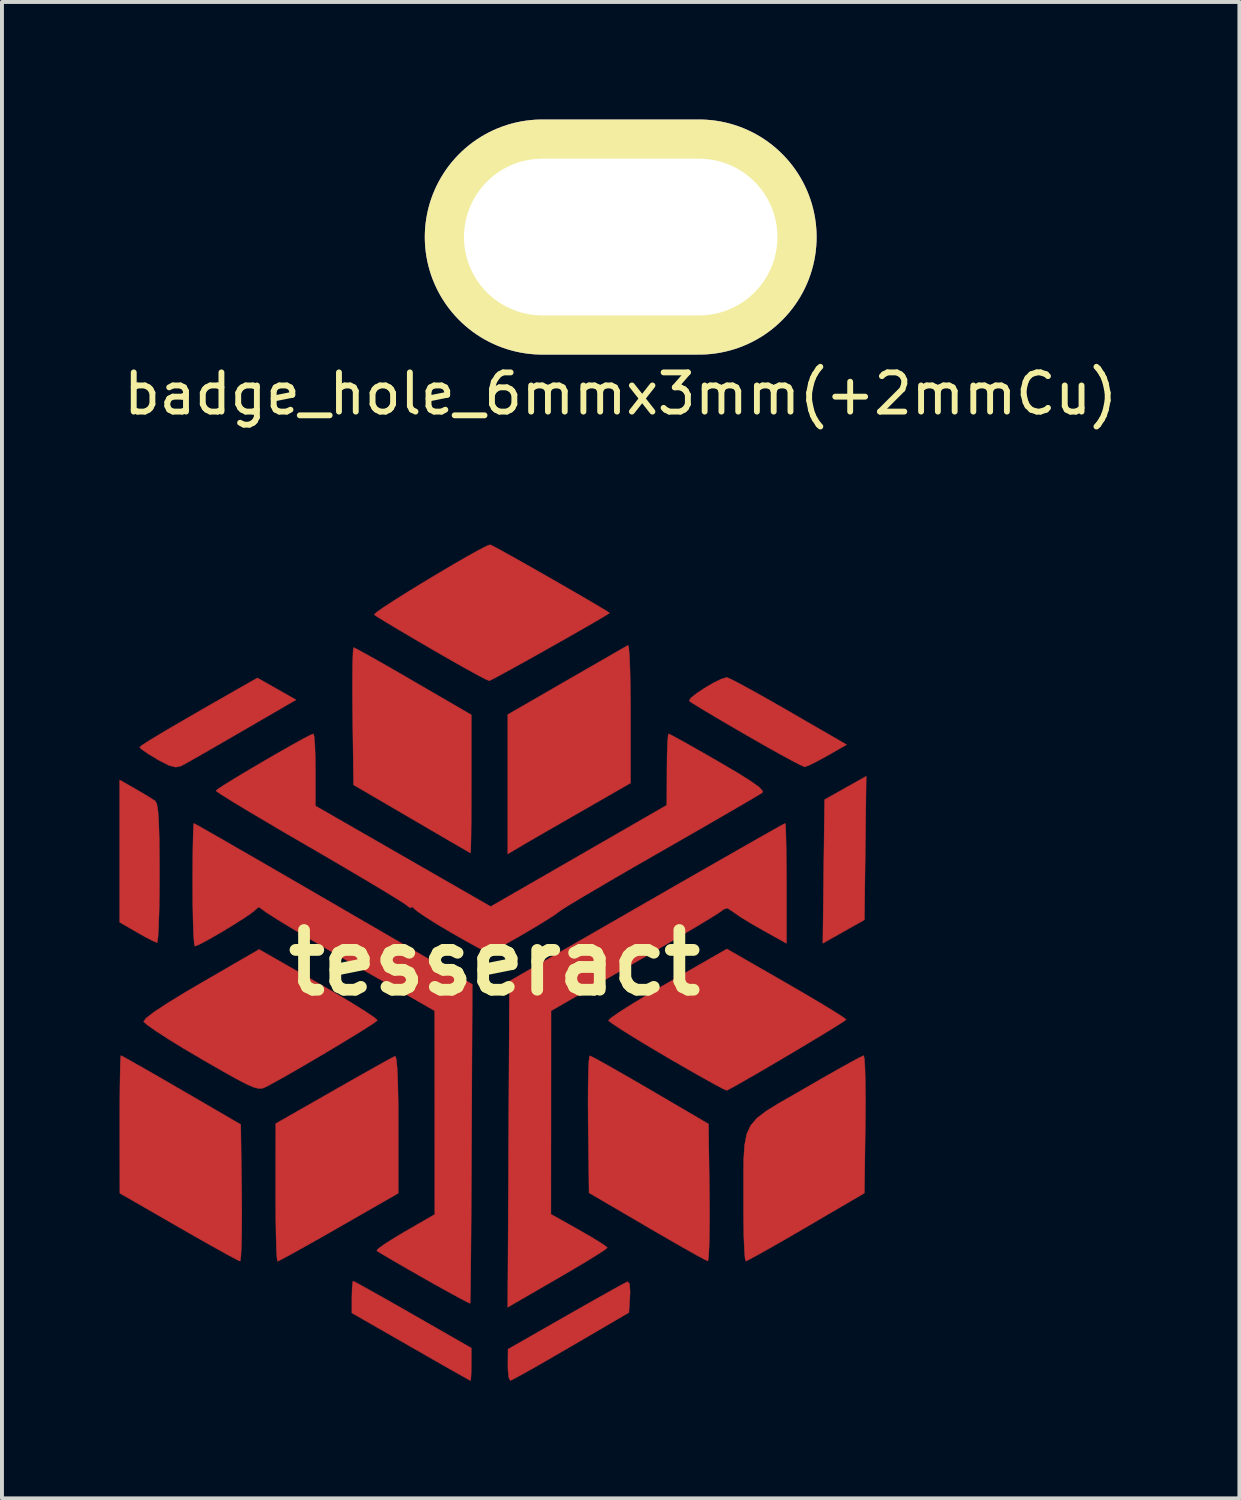
<source format=kicad_pcb>
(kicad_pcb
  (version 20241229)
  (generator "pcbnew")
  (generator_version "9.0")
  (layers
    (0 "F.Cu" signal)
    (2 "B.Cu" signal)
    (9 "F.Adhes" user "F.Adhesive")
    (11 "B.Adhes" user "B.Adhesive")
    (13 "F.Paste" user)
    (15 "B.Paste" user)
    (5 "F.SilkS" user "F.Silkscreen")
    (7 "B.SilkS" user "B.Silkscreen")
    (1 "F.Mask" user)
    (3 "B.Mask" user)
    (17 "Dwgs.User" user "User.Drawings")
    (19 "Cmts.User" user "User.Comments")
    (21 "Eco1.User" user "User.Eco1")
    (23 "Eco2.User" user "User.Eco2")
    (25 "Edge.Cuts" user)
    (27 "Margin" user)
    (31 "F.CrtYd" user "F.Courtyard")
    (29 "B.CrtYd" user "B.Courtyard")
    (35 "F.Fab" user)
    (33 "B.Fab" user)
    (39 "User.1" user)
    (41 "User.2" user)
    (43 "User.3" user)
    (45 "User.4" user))
  (footprint "badge_hole_6mmx3mm(+2mmCu)"
    (layer "F.Cu")
    (at 12.792 3)
    (property "Reference" "badge_hole_6mmx3mm(+2mmCu)" (at 0 4 0) (layer "F.SilkS") (effects (font (size 1 1) (thickness 0.15))))
    (attr through_hole)
    (pad "1" thru_hole oval (at 0 0) (size 10 6) (drill oval 8 4) (layers "*.Cu" "*.Mask" "F.SilkS")))
  (footprint "tesseract"
    (layer "F.Cu")
    (at 9.572 21.521)
    (property "Reference" "tesseract" (at 0 0 0) (layer "F.SilkS") (effects (font (size 1.524 1.524) (thickness 0.3))))
    (attr through_hole)
    (fp_poly (pts (xy 9.463 -2.927) (xy 9.44 -1.094) (xy 8.909 -0.795) (xy 8.379 -0.496) (xy 8.401 -2.329) (xy 8.424 -4.162) (xy 8.955 -4.461) (xy 9.486 -4.759) (xy 9.463 -2.927)) (stroke (width 0.01) (type solid)) (fill yes) (layer "F.Cu"))
    (fp_poly (pts (xy -9.165 -4.434) (xy -8.919 -4.29) (xy -8.726 -4.17) (xy -8.657 -4.124) (xy -8.619 -4.047) (xy -8.59 -3.871) (xy -8.57 -3.58) (xy -8.558 -3.158) (xy -8.552 -2.591) (xy -8.551 -2.276) (xy -8.554 -1.75) (xy -8.562 -1.286) (xy -8.575 -0.911) (xy -8.59 -0.647) (xy -8.609 -0.52) (xy -8.615 -0.513) (xy -8.717 -0.555) (xy -8.917 -0.659) (xy -9.123 -0.775) (xy -9.567 -1.032) (xy -9.567 -4.664) (xy -9.165 -4.434)) (stroke (width 0.01) (type solid)) (fill yes) (layer "F.Cu"))
    (fp_poly (pts (xy -5.068 -6.71) (xy -6.45 -5.908) (xy -6.896 -5.65) (xy -7.3 -5.417) (xy -7.637 -5.224) (xy -7.88 -5.087) (xy -8.001 -5.021) (xy -8.136 -4.991) (xy -8.312 -5.037) (xy -8.575 -5.172) (xy -8.615 -5.195) (xy -8.849 -5.338) (xy -9.01 -5.45) (xy -9.058 -5.499) (xy -8.989 -5.557) (xy -8.782 -5.689) (xy -8.435 -5.898) (xy -7.944 -6.185) (xy -7.31 -6.551) (xy -6.529 -6.997) (xy -6.524 -7) (xy -6.052 -7.268) (xy -5.068 -6.71)) (stroke (width 0.01) (type solid)) (fill yes) (layer "F.Cu"))
    (fp_poly (pts (xy -3.527 8.168) (xy -3.323 8.28) (xy -3.017 8.451) (xy -2.631 8.669) (xy -2.188 8.921) (xy -2.084 8.981) (xy -0.593 9.835) (xy -0.593 10.251) (xy -0.597 10.49) (xy -0.606 10.64) (xy -0.614 10.666) (xy -0.69 10.625) (xy -0.891 10.512) (xy -1.195 10.34) (xy -1.579 10.121) (xy -2.021 9.868) (xy -2.138 9.801) (xy -3.641 8.939) (xy -3.641 8.533) (xy -3.634 8.298) (xy -3.619 8.152) (xy -3.608 8.128) (xy -3.527 8.168)) (stroke (width 0.01) (type solid)) (fill yes) (layer "F.Cu"))
    (fp_poly (pts (xy 3.427 -8.033) (xy 3.443 -7.818) (xy 3.457 -7.482) (xy 3.466 -7.049) (xy 3.471 -6.543) (xy 3.471 -6.362) (xy 3.471 -4.586) (xy 2.223 -3.869) (xy 1.783 -3.617) (xy 1.37 -3.379) (xy 1.018 -3.176) (xy 0.759 -3.026) (xy 0.656 -2.965) (xy 0.339 -2.777) (xy 0.339 -6.334) (xy 1.841 -7.201) (xy 2.298 -7.464) (xy 2.705 -7.698) (xy 3.04 -7.891) (xy 3.279 -8.028) (xy 3.399 -8.097) (xy 3.408 -8.102) (xy 3.427 -8.033)) (stroke (width 0.01) (type solid)) (fill yes) (layer "F.Cu"))
    (fp_poly (pts (xy 3.445 8.197) (xy 3.46 8.395) (xy 3.455 8.52) (xy 3.429 8.929) (xy 1.947 9.794) (xy 1.495 10.057) (xy 1.093 10.288) (xy 0.762 10.474) (xy 0.527 10.603) (xy 0.41 10.662) (xy 0.402 10.664) (xy 0.366 10.591) (xy 0.344 10.399) (xy 0.341 10.266) (xy 0.344 9.864) (xy 1.827 9.017) (xy 2.282 8.758) (xy 2.69 8.528) (xy 3.025 8.34) (xy 3.266 8.207) (xy 3.388 8.144) (xy 3.395 8.14) (xy 3.445 8.197)) (stroke (width 0.01) (type solid)) (fill yes) (layer "F.Cu"))
    (fp_poly (pts (xy -2.508 2.457) (xy -2.486 2.685) (xy -2.469 3.057) (xy -2.459 3.561) (xy -2.457 4.12) (xy -2.458 5.884) (xy -3.973 6.752) (xy -4.43 7.013) (xy -4.837 7.242) (xy -5.171 7.428) (xy -5.409 7.557) (xy -5.529 7.617) (xy -5.538 7.62) (xy -5.553 7.539) (xy -5.566 7.315) (xy -5.576 6.97) (xy -5.583 6.531) (xy -5.586 6.022) (xy -5.586 5.863) (xy -5.584 4.106) (xy -4.101 3.26) (xy -3.646 3.001) (xy -3.239 2.771) (xy -2.904 2.583) (xy -2.665 2.451) (xy -2.544 2.388) (xy -2.537 2.385) (xy -2.508 2.457)) (stroke (width 0.01) (type solid)) (fill yes) (layer "F.Cu"))
    (fp_poly (pts (xy -9.456 2.411) (xy -9.253 2.525) (xy -8.947 2.698) (xy -8.562 2.919) (xy -8.119 3.176) (xy -7.99 3.25) (xy -6.477 4.13) (xy -6.454 5.875) (xy -6.45 6.398) (xy -6.453 6.857) (xy -6.461 7.229) (xy -6.474 7.488) (xy -6.491 7.61) (xy -6.496 7.616) (xy -6.586 7.574) (xy -6.8 7.46) (xy -7.114 7.286) (xy -7.506 7.066) (xy -7.952 6.811) (xy -8.062 6.748) (xy -9.563 5.884) (xy -9.565 4.128) (xy -9.564 3.603) (xy -9.561 3.141) (xy -9.555 2.766) (xy -9.548 2.503) (xy -9.539 2.378) (xy -9.536 2.371) (xy -9.456 2.411)) (stroke (width 0.01) (type solid)) (fill yes) (layer "F.Cu"))
    (fp_poly (pts (xy -3.511 -8.003) (xy -3.303 -7.889) (xy -2.994 -7.716) (xy -2.607 -7.495) (xy -2.165 -7.24) (xy -2.07 -7.184) (xy -0.593 -6.326) (xy -0.593 -4.56) (xy -0.594 -4.034) (xy -0.596 -3.572) (xy -0.6 -3.197) (xy -0.606 -2.934) (xy -0.612 -2.808) (xy -0.614 -2.801) (xy -0.69 -2.844) (xy -0.89 -2.959) (xy -1.192 -3.134) (xy -1.574 -3.357) (xy -2.013 -3.613) (xy -2.117 -3.674) (xy -3.598 -4.539) (xy -3.621 -6.291) (xy -3.626 -6.815) (xy -3.626 -7.277) (xy -3.621 -7.651) (xy -3.612 -7.912) (xy -3.6 -8.037) (xy -3.596 -8.043) (xy -3.511 -8.003)) (stroke (width 0.01) (type solid)) (fill yes) (layer "F.Cu"))
    (fp_poly (pts (xy 2.522 2.418) (xy 2.735 2.534) (xy 3.047 2.71) (xy 3.437 2.933) (xy 3.88 3.19) (xy 3.979 3.248) (xy 5.461 4.116) (xy 5.484 5.868) (xy 5.488 6.391) (xy 5.485 6.852) (xy 5.477 7.224) (xy 5.465 7.484) (xy 5.447 7.607) (xy 5.442 7.613) (xy 5.352 7.57) (xy 5.139 7.454) (xy 4.826 7.278) (xy 4.437 7.055) (xy 3.993 6.798) (xy 3.895 6.74) (xy 2.413 5.875) (xy 2.39 4.123) (xy 2.386 3.599) (xy 2.389 3.138) (xy 2.397 2.765) (xy 2.409 2.505) (xy 2.427 2.382) (xy 2.432 2.376) (xy 2.522 2.418)) (stroke (width 0.01) (type solid)) (fill yes) (layer "F.Cu"))
    (fp_poly (pts (xy 6.025 -7.241) (xy 6.245 -7.127) (xy 6.564 -6.954) (xy 6.959 -6.733) (xy 7.406 -6.478) (xy 7.501 -6.423) (xy 8.985 -5.565) (xy 8.493 -5.283) (xy 8.23 -5.139) (xy 8.022 -5.037) (xy 7.916 -4.999) (xy 7.82 -5.04) (xy 7.601 -5.152) (xy 7.285 -5.324) (xy 6.895 -5.542) (xy 6.456 -5.793) (xy 6.435 -5.805) (xy 5.994 -6.061) (xy 5.604 -6.291) (xy 5.286 -6.48) (xy 5.067 -6.615) (xy 4.97 -6.68) (xy 4.969 -6.681) (xy 5.004 -6.749) (xy 5.146 -6.865) (xy 5.353 -7.004) (xy 5.58 -7.138) (xy 5.785 -7.239) (xy 5.925 -7.281) (xy 5.928 -7.281) (xy 6.025 -7.241)) (stroke (width 0.01) (type solid)) (fill yes) (layer "F.Cu"))
    (fp_poly (pts (xy 9.439 2.452) (xy 9.454 2.677) (xy 9.463 3.021) (xy 9.467 3.459) (xy 9.465 3.968) (xy 9.463 4.125) (xy 9.44 5.88) (xy 7.959 6.746) (xy 7.507 7.009) (xy 7.104 7.24) (xy 6.773 7.426) (xy 6.538 7.555) (xy 6.421 7.614) (xy 6.413 7.616) (xy 6.393 7.537) (xy 6.376 7.316) (xy 6.363 6.981) (xy 6.356 6.557) (xy 6.355 6.16) (xy 6.355 5.528) (xy 6.358 5.039) (xy 6.381 4.665) (xy 6.435 4.379) (xy 6.537 4.155) (xy 6.699 3.966) (xy 6.937 3.784) (xy 7.264 3.583) (xy 7.695 3.336) (xy 7.916 3.208) (xy 8.362 2.951) (xy 8.759 2.726) (xy 9.082 2.546) (xy 9.309 2.424) (xy 9.417 2.373) (xy 9.421 2.372) (xy 9.439 2.452)) (stroke (width 0.01) (type solid)) (fill yes) (layer "F.Cu"))
    (fp_poly (pts (xy -4.49 0.529) (xy -4.036 0.792) (xy -3.638 1.031) (xy -3.318 1.231) (xy -3.096 1.379) (xy -2.996 1.462) (xy -2.992 1.472) (xy -3.067 1.531) (xy -3.262 1.659) (xy -3.551 1.839) (xy -3.908 2.056) (xy -4.305 2.294) (xy -4.717 2.537) (xy -5.117 2.769) (xy -5.478 2.974) (xy -5.774 3.137) (xy -5.842 3.172) (xy -5.924 3.205) (xy -6.016 3.211) (xy -6.143 3.18) (xy -6.324 3.102) (xy -6.582 2.968) (xy -6.939 2.768) (xy -7.418 2.493) (xy -7.493 2.449) (xy -7.938 2.187) (xy -8.329 1.946) (xy -8.644 1.742) (xy -8.861 1.59) (xy -8.955 1.504) (xy -8.957 1.499) (xy -8.893 1.415) (xy -8.69 1.259) (xy -8.357 1.039) (xy -7.904 0.761) (xy -7.496 0.522) (xy -6.01 -0.339) (xy -4.49 0.529)) (stroke (width 0.01) (type solid)) (fill yes) (layer "F.Cu"))
    (fp_poly (pts (xy 7.45 0.523) (xy 7.906 0.787) (xy 8.307 1.025) (xy 8.632 1.222) (xy 8.859 1.366) (xy 8.967 1.444) (xy 8.973 1.452) (xy 8.905 1.503) (xy 8.715 1.623) (xy 8.432 1.798) (xy 8.08 2.01) (xy 7.687 2.245) (xy 7.277 2.488) (xy 6.878 2.722) (xy 6.515 2.932) (xy 6.215 3.104) (xy 6.003 3.22) (xy 5.927 3.258) (xy 5.844 3.224) (xy 5.638 3.115) (xy 5.332 2.945) (xy 4.947 2.727) (xy 4.506 2.473) (xy 4.407 2.415) (xy 3.958 2.149) (xy 3.561 1.909) (xy 3.24 1.708) (xy 3.016 1.561) (xy 2.912 1.481) (xy 2.908 1.475) (xy 2.971 1.411) (xy 3.16 1.278) (xy 3.455 1.09) (xy 3.833 0.859) (xy 4.273 0.6) (xy 4.407 0.523) (xy 5.929 -0.351) (xy 7.45 0.523)) (stroke (width 0.01) (type solid)) (fill yes) (layer "F.Cu"))
    (fp_poly (pts (xy -0.03 -10.629) (xy 0.17 -10.52) (xy 0.462 -10.359) (xy 0.818 -10.158) (xy 1.214 -9.933) (xy 1.622 -9.7) (xy 2.016 -9.473) (xy 2.371 -9.267) (xy 2.66 -9.097) (xy 2.857 -8.978) (xy 2.936 -8.925) (xy 2.936 -8.924) (xy 2.79 -8.834) (xy 2.536 -8.685) (xy 2.203 -8.493) (xy 1.817 -8.273) (xy 1.404 -8.04) (xy 0.992 -7.808) (xy 0.607 -7.594) (xy 0.276 -7.412) (xy 0.027 -7.277) (xy -0.115 -7.205) (xy -0.136 -7.197) (xy -0.231 -7.237) (xy -0.447 -7.351) (xy -0.762 -7.524) (xy -1.15 -7.743) (xy -1.588 -7.995) (xy -1.61 -8.008) (xy -2.05 -8.265) (xy -2.44 -8.495) (xy -2.756 -8.684) (xy -2.975 -8.818) (xy -3.071 -8.882) (xy -3.072 -8.883) (xy -3.019 -8.938) (xy -2.845 -9.061) (xy -2.575 -9.237) (xy -2.237 -9.45) (xy -1.855 -9.685) (xy -1.456 -9.925) (xy -1.066 -10.156) (xy -0.71 -10.361) (xy -0.415 -10.525) (xy -0.207 -10.633) (xy -0.113 -10.668) (xy -0.03 -10.629)) (stroke (width 0.01) (type solid)) (fill yes) (layer "F.Cu"))
    (fp_poly (pts (xy 7.428 -3.476) (xy 7.437 -3.253) (xy 7.444 -2.914) (xy 7.449 -2.486) (xy 7.451 -2.026) (xy 7.451 -0.495) (xy 6.85 -0.828) (xy 6.544 -1.004) (xy 6.278 -1.167) (xy 6.104 -1.287) (xy 6.084 -1.303) (xy 5.944 -1.394) (xy 5.838 -1.36) (xy 5.807 -1.331) (xy 5.706 -1.261) (xy 5.479 -1.119) (xy 5.143 -0.917) (xy 4.719 -0.665) (xy 4.227 -0.377) (xy 3.686 -0.063) (xy 3.568 0.005) (xy 1.442 1.228) (xy 1.441 3.823) (xy 1.439 6.419) (xy 2.159 6.823) (xy 2.465 7) (xy 2.707 7.148) (xy 2.851 7.247) (xy 2.878 7.275) (xy 2.808 7.331) (xy 2.614 7.457) (xy 2.321 7.637) (xy 1.953 7.856) (xy 1.607 8.058) (xy 0.337 8.793) (xy 0.381 0.47) (xy 3.882 -1.543) (xy 4.584 -1.947) (xy 5.241 -2.323) (xy 5.838 -2.664) (xy 6.36 -2.962) (xy 6.793 -3.209) (xy 7.124 -3.395) (xy 7.336 -3.514) (xy 7.417 -3.556) (xy 7.417 -3.556) (xy 7.428 -3.476)) (stroke (width 0.01) (type solid)) (fill yes) (layer "F.Cu"))
    (fp_poly (pts (xy -7.597 -3.515) (xy -7.388 -3.397) (xy -7.06 -3.21) (xy -6.63 -2.962) (xy -6.11 -2.663) (xy -5.515 -2.319) (xy -4.859 -1.939) (xy -4.156 -1.531) (xy -4.106 -1.502) (xy -0.568 0.552) (xy -0.586 4.614) (xy -0.59 5.426) (xy -0.595 6.185) (xy -0.599 6.874) (xy -0.604 7.476) (xy -0.609 7.976) (xy -0.614 8.356) (xy -0.619 8.601) (xy -0.623 8.694) (xy -0.623 8.694) (xy -0.699 8.661) (xy -0.896 8.557) (xy -1.19 8.397) (xy -1.555 8.193) (xy -1.803 8.053) (xy -2.202 7.826) (xy -2.548 7.626) (xy -2.814 7.47) (xy -2.974 7.373) (xy -3.008 7.349) (xy -2.958 7.292) (xy -2.789 7.171) (xy -2.529 7.007) (xy -2.288 6.864) (xy -1.524 6.423) (xy -1.525 3.825) (xy -1.527 1.228) (xy -3.722 -0.029) (xy -4.276 -0.349) (xy -4.782 -0.645) (xy -5.22 -0.907) (xy -5.572 -1.122) (xy -5.819 -1.281) (xy -5.944 -1.371) (xy -5.955 -1.384) (xy -6.024 -1.42) (xy -6.107 -1.347) (xy -6.219 -1.257) (xy -6.433 -1.113) (xy -6.708 -0.94) (xy -7.006 -0.76) (xy -7.287 -0.599) (xy -7.511 -0.479) (xy -7.64 -0.424) (xy -7.649 -0.423) (xy -7.666 -0.504) (xy -7.682 -0.727) (xy -7.694 -1.067) (xy -7.702 -1.497) (xy -7.705 -1.99) (xy -7.703 -2.484) (xy -7.699 -2.914) (xy -7.692 -3.253) (xy -7.684 -3.476) (xy -7.674 -3.556) (xy -7.597 -3.515)) (stroke (width 0.01) (type solid)) (fill yes) (layer "F.Cu"))
    (fp_poly (pts (xy 4.526 -5.802) (xy 4.731 -5.691) (xy 5.032 -5.522) (xy 5.405 -5.31) (xy 5.714 -5.133) (xy 6.198 -4.848) (xy 6.541 -4.633) (xy 6.753 -4.48) (xy 6.843 -4.383) (xy 6.837 -4.342) (xy 6.741 -4.282) (xy 6.515 -4.149) (xy 6.178 -3.952) (xy 5.747 -3.702) (xy 5.241 -3.41) (xy 4.677 -3.086) (xy 4.233 -2.832) (xy 3.639 -2.491) (xy 3.09 -2.173) (xy 2.605 -1.889) (xy 2.2 -1.65) (xy 1.895 -1.466) (xy 1.706 -1.347) (xy 1.651 -1.308) (xy 1.549 -1.231) (xy 1.339 -1.096) (xy 1.058 -0.924) (xy 0.742 -0.737) (xy 0.426 -0.556) (xy 0.148 -0.401) (xy -0.058 -0.293) (xy -0.154 -0.254) (xy -0.247 -0.294) (xy -0.455 -0.403) (xy -0.748 -0.565) (xy -1.094 -0.762) (xy -1.099 -0.765) (xy -1.448 -0.972) (xy -1.744 -1.157) (xy -1.955 -1.3) (xy -2.049 -1.379) (xy -2.107 -1.433) (xy -2.115 -1.412) (xy -2.164 -1.404) (xy -2.237 -1.463) (xy -2.338 -1.533) (xy -2.567 -1.677) (xy -2.905 -1.883) (xy -3.336 -2.14) (xy -3.839 -2.437) (xy -4.397 -2.764) (xy -4.735 -2.96) (xy -5.309 -3.293) (xy -5.833 -3.602) (xy -6.29 -3.873) (xy -6.662 -4.098) (xy -6.933 -4.266) (xy -7.084 -4.367) (xy -7.11 -4.39) (xy -7.041 -4.446) (xy -6.853 -4.567) (xy -6.577 -4.737) (xy -6.241 -4.938) (xy -5.874 -5.153) (xy -5.507 -5.365) (xy -5.169 -5.557) (xy -4.889 -5.712) (xy -4.696 -5.812) (xy -4.623 -5.842) (xy -4.603 -5.763) (xy -4.586 -5.549) (xy -4.575 -5.235) (xy -4.572 -4.923) (xy -4.572 -4.003) (xy -2.335 -2.718) (xy -0.098 -1.433) (xy 2.149 -2.727) (xy 4.397 -4.022) (xy 4.4 -4.932) (xy 4.404 -5.301) (xy 4.415 -5.599) (xy 4.429 -5.79) (xy 4.443 -5.842) (xy 4.526 -5.802)) (stroke (width 0.01) (type solid)) (fill yes) (layer "F.Cu")))
  (gr_rect
    (start -3 -3)
    (end 28.583 35.192)
    (stroke (width 0.1) (type default))
    (fill no)
    (layer "Edge.Cuts")))
</source>
